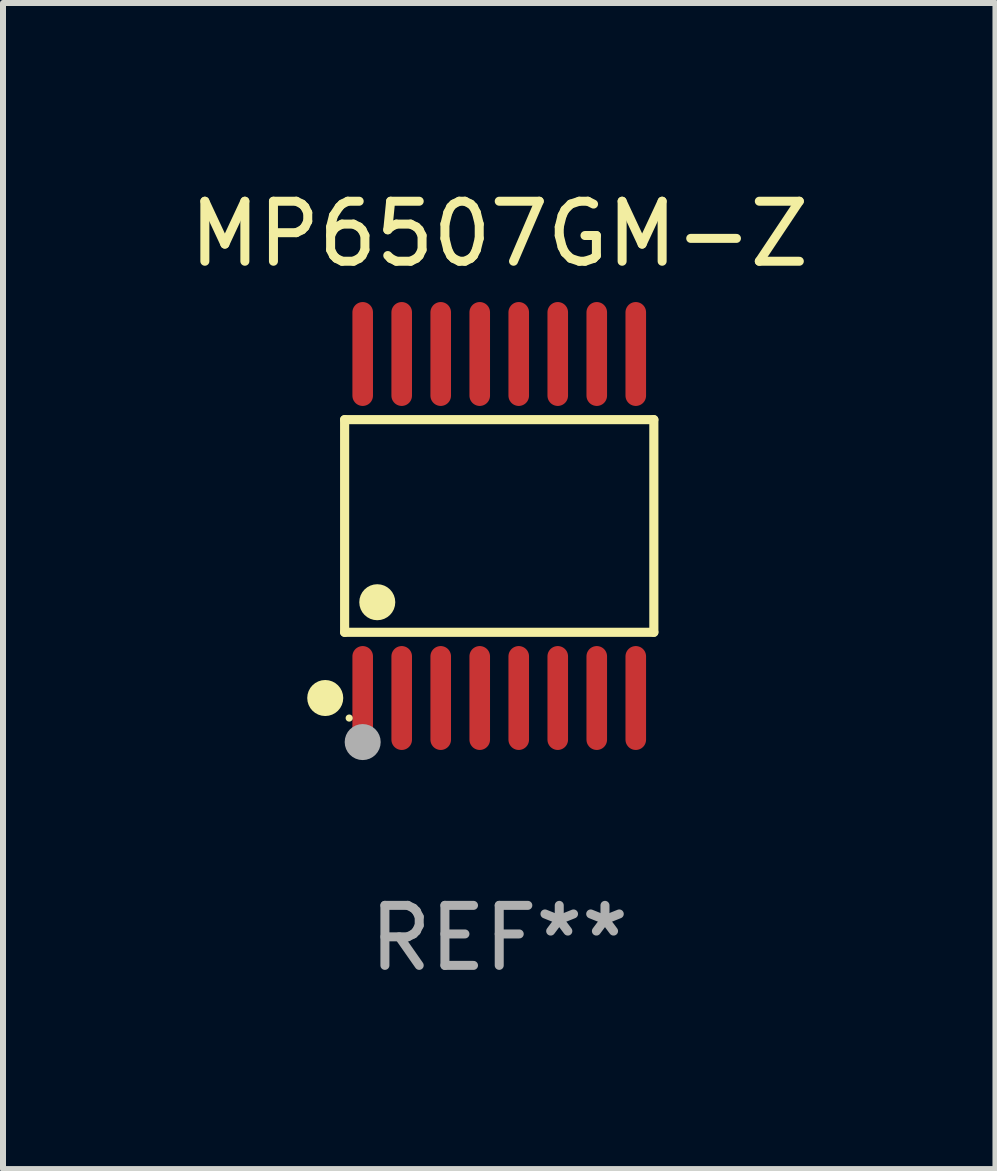
<source format=kicad_pcb>
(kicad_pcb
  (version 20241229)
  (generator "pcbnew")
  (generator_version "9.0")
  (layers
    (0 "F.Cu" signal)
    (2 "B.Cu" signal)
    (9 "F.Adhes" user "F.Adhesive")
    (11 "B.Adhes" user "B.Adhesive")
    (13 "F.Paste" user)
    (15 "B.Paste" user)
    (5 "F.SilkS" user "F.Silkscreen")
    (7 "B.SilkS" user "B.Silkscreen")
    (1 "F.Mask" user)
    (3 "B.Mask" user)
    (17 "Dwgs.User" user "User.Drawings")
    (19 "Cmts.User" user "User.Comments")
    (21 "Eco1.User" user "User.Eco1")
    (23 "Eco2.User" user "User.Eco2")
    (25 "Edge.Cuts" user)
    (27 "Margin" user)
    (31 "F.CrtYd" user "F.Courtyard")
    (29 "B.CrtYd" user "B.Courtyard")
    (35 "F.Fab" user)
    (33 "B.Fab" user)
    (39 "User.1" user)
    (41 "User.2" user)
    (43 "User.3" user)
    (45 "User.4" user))
  (footprint "MP6507GM-Z"
    (layer "F.Cu")
    (at 5.268 5.714)
    (property "Reference" "MP6507GM-Z" (at 0 -4.866 0) (layer "F.SilkS") (effects (font (size 1 1) (thickness 0.15))))
    (attr through_hole)
    (fp_line (start -2.576 -1.772) (end 2.576 -1.772) (stroke (width 0.152) (type solid)) (layer "F.SilkS"))
    (fp_line (start -2.576 1.771) (end -2.576 -1.772) (stroke (width 0.152) (type solid)) (layer "F.SilkS"))
    (fp_line (start 2.576 -1.772) (end 2.576 1.771) (stroke (width 0.152) (type solid)) (layer "F.SilkS"))
    (fp_line (start 2.576 1.771) (end -2.576 1.771) (stroke (width 0.152) (type solid)) (layer "F.SilkS"))
    (fp_circle (center -2.899 2.866) (end -2.749 2.866) (stroke (width 0.3) (type solid)) (fill no) (layer "F.SilkS"))
    (fp_circle (center -2.5 3.2) (end -2.47 3.2) (stroke (width 0.06) (type solid)) (fill no) (layer "F.SilkS"))
    (fp_circle (center -2.032 1.27) (end -1.882 1.27) (stroke (width 0.3) (type solid)) (fill no) (layer "F.SilkS"))
    (fp_circle (center -2.275 3.6) (end -2.125 3.6) (stroke (width 0.3) (type solid)) (fill no) (layer "F.Fab"))
    (fp_text user "REF**" (at 0 6.866 0) (layer "F.Fab") (effects (font (size 1 1) (thickness 0.15))))
    (pad "1" smd oval (at -2.275 2.866) (size 0.343 1.731) (layers "F.Cu" "F.Mask" "F.Paste"))
    (pad "2" smd oval (at -1.625 2.866) (size 0.343 1.731) (layers "F.Cu" "F.Mask" "F.Paste"))
    (pad "3" smd oval (at -0.975 2.866) (size 0.343 1.731) (layers "F.Cu" "F.Mask" "F.Paste"))
    (pad "4" smd oval (at -0.325 2.866) (size 0.343 1.731) (layers "F.Cu" "F.Mask" "F.Paste"))
    (pad "5" smd oval (at 0.325 2.866) (size 0.343 1.731) (layers "F.Cu" "F.Mask" "F.Paste"))
    (pad "6" smd oval (at 0.975 2.866) (size 0.343 1.731) (layers "F.Cu" "F.Mask" "F.Paste"))
    (pad "7" smd oval (at 1.625 2.866) (size 0.343 1.731) (layers "F.Cu" "F.Mask" "F.Paste"))
    (pad "8" smd oval (at 2.275 2.866) (size 0.343 1.731) (layers "F.Cu" "F.Mask" "F.Paste"))
    (pad "9" smd oval (at 2.275 -2.866) (size 0.343 1.731) (layers "F.Cu" "F.Mask" "F.Paste"))
    (pad "10" smd oval (at 1.625 -2.866) (size 0.343 1.731) (layers "F.Cu" "F.Mask" "F.Paste"))
    (pad "11" smd oval (at 0.975 -2.866) (size 0.343 1.731) (layers "F.Cu" "F.Mask" "F.Paste"))
    (pad "12" smd oval (at 0.325 -2.866) (size 0.343 1.731) (layers "F.Cu" "F.Mask" "F.Paste"))
    (pad "13" smd oval (at -0.325 -2.866) (size 0.343 1.731) (layers "F.Cu" "F.Mask" "F.Paste"))
    (pad "14" smd oval (at -0.975 -2.866) (size 0.343 1.731) (layers "F.Cu" "F.Mask" "F.Paste"))
    (pad "15" smd oval (at -1.625 -2.866) (size 0.343 1.731) (layers "F.Cu" "F.Mask" "F.Paste"))
    (pad "16" smd oval (at -2.275 -2.866) (size 0.343 1.731) (layers "F.Cu" "F.Mask" "F.Paste")))
  (gr_rect
    (start -3 -3)
    (end 13.536 16.428)
    (stroke (width 0.1) (type default))
    (fill no)
    (layer "Edge.Cuts")))
</source>
